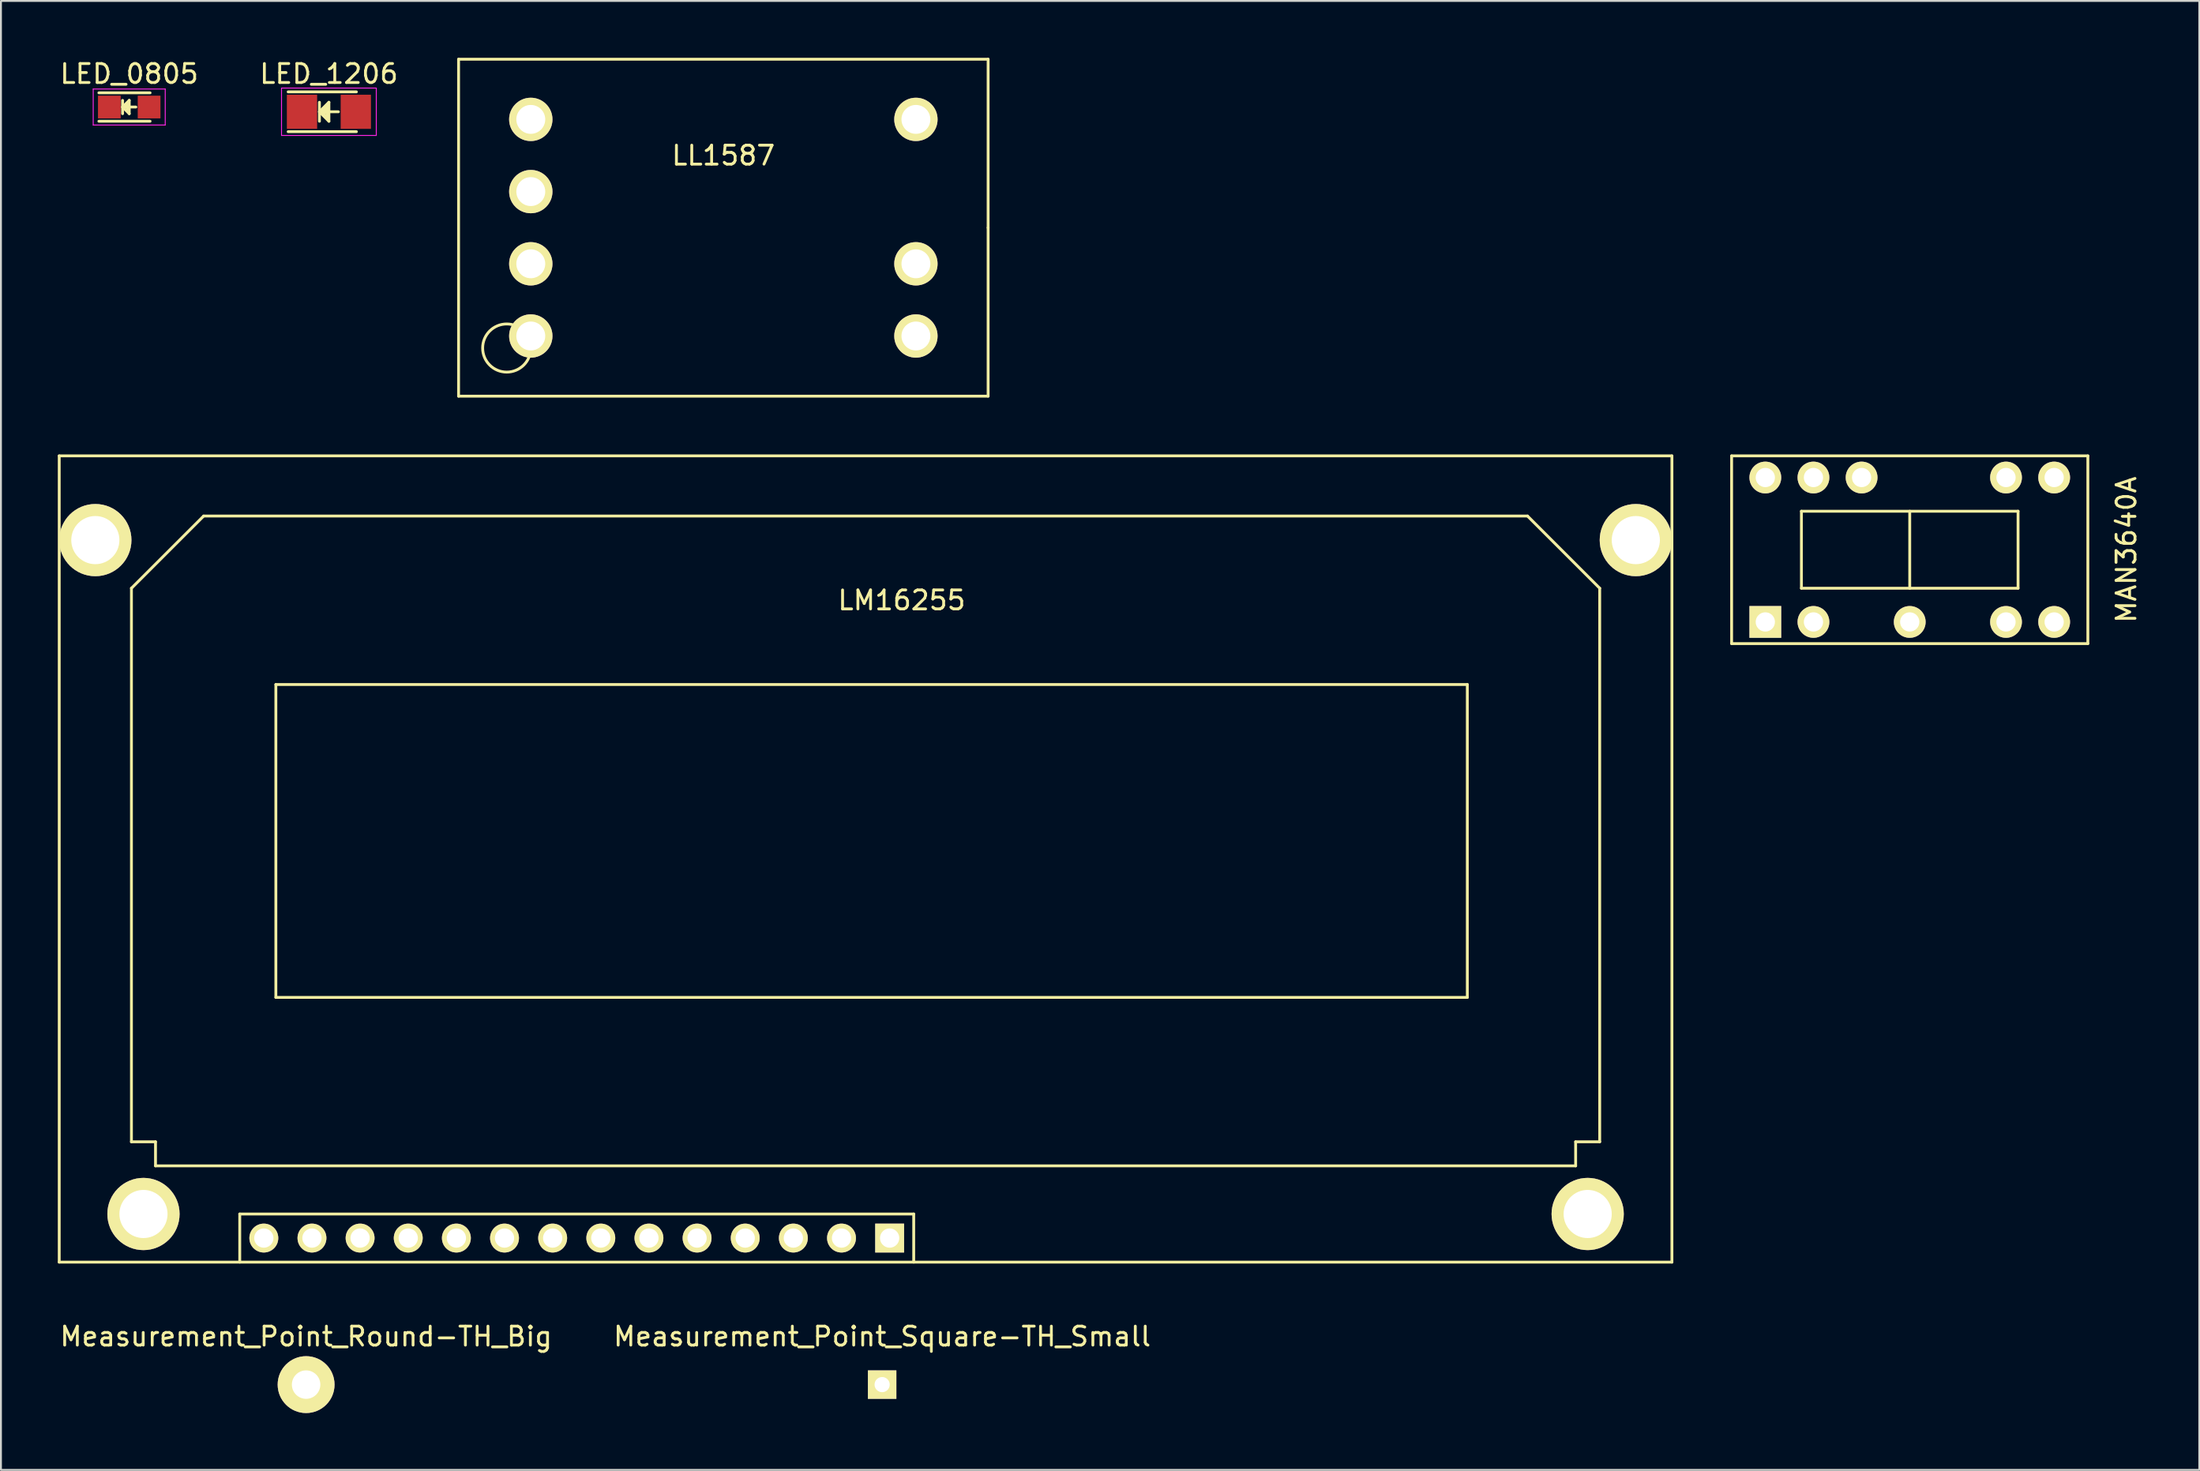
<source format=kicad_pcb>
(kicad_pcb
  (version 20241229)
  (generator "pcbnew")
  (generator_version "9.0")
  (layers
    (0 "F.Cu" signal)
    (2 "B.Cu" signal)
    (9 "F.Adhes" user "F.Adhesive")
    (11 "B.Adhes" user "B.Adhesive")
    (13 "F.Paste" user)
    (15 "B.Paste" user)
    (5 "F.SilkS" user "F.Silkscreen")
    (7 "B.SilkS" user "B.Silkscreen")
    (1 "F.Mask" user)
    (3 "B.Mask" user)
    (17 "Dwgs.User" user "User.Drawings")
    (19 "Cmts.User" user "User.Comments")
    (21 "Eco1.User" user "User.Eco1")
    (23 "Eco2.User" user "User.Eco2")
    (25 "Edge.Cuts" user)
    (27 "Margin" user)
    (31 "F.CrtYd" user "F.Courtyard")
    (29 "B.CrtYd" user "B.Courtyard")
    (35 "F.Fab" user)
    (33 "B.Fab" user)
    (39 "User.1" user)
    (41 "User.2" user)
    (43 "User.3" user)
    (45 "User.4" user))
  (footprint "LM16255"
    (layer "F.Cu")
    (at 27.38 62.28)
    (property "Reference" "LM16255" (at 17.145 -33.655 0) (layer "F.SilkS") (effects (font (size 1 1) (thickness 0.15))))
    (attr through_hole)
    (fp_line (start -27.305 -41.275) (end 57.785 -41.275) (stroke (width 0.15) (type solid)) (layer "F.SilkS"))
    (fp_line (start -27.305 1.27) (end -27.305 -41.275) (stroke (width 0.15) (type solid)) (layer "F.SilkS"))
    (fp_line (start -23.495 -34.29) (end -19.685 -38.1) (stroke (width 0.15) (type solid)) (layer "F.SilkS"))
    (fp_line (start -23.495 -5.08) (end -23.495 -34.29) (stroke (width 0.15) (type solid)) (layer "F.SilkS"))
    (fp_line (start -22.225 -5.08) (end -23.495 -5.08) (stroke (width 0.15) (type solid)) (layer "F.SilkS"))
    (fp_line (start -22.225 -3.81) (end -22.225 -5.08) (stroke (width 0.15) (type solid)) (layer "F.SilkS"))
    (fp_line (start -19.685 -38.1) (end 50.165 -38.1) (stroke (width 0.15) (type solid)) (layer "F.SilkS"))
    (fp_line (start -17.78 -1.27) (end 17.78 -1.27) (stroke (width 0.15) (type solid)) (layer "F.SilkS"))
    (fp_line (start -17.78 1.27) (end -17.78 -1.27) (stroke (width 0.15) (type solid)) (layer "F.SilkS"))
    (fp_line (start -15.875 -29.21) (end 46.99 -29.21) (stroke (width 0.15) (type solid)) (layer "F.SilkS"))
    (fp_line (start -15.875 -12.7) (end -15.875 -29.21) (stroke (width 0.15) (type solid)) (layer "F.SilkS"))
    (fp_line (start 17.78 -1.27) (end 17.78 1.27) (stroke (width 0.15) (type solid)) (layer "F.SilkS"))
    (fp_line (start 46.99 -29.21) (end 46.99 -12.7) (stroke (width 0.15) (type solid)) (layer "F.SilkS"))
    (fp_line (start 46.99 -12.7) (end -15.875 -12.7) (stroke (width 0.15) (type solid)) (layer "F.SilkS"))
    (fp_line (start 50.165 -38.1) (end 53.975 -34.29) (stroke (width 0.15) (type solid)) (layer "F.SilkS"))
    (fp_line (start 52.705 -5.08) (end 52.705 -3.81) (stroke (width 0.15) (type solid)) (layer "F.SilkS"))
    (fp_line (start 52.705 -3.81) (end -22.225 -3.81) (stroke (width 0.15) (type solid)) (layer "F.SilkS"))
    (fp_line (start 53.975 -34.29) (end 53.975 -5.08) (stroke (width 0.15) (type solid)) (layer "F.SilkS"))
    (fp_line (start 53.975 -5.08) (end 52.705 -5.08) (stroke (width 0.15) (type solid)) (layer "F.SilkS"))
    (fp_line (start 57.785 -41.275) (end 57.785 1.27) (stroke (width 0.15) (type solid)) (layer "F.SilkS"))
    (fp_line (start 57.785 1.27) (end -27.305 1.27) (stroke (width 0.15) (type solid)) (layer "F.SilkS"))
    (pad "1" thru_hole rect (at 16.51 0) (size 1.524 1.524) (drill 1.016) (layers "*.Cu" "*.Mask" "F.SilkS"))
    (pad "2" thru_hole circle (at 13.97 0) (size 1.524 1.524) (drill 1.016) (layers "*.Cu" "*.Mask" "F.SilkS"))
    (pad "3" thru_hole circle (at 11.43 0) (size 1.524 1.524) (drill 1.016) (layers "*.Cu" "*.Mask" "F.SilkS"))
    (pad "4" thru_hole circle (at 8.89 0) (size 1.524 1.524) (drill 1.016) (layers "*.Cu" "*.Mask" "F.SilkS"))
    (pad "5" thru_hole circle (at 6.35 0) (size 1.524 1.524) (drill 1.016) (layers "*.Cu" "*.Mask" "F.SilkS"))
    (pad "6" thru_hole circle (at 3.81 0) (size 1.524 1.524) (drill 1.016) (layers "*.Cu" "*.Mask" "F.SilkS"))
    (pad "7" thru_hole circle (at 1.27 0) (size 1.524 1.524) (drill 1.016) (layers "*.Cu" "*.Mask" "F.SilkS"))
    (pad "8" thru_hole circle (at -1.27 0) (size 1.524 1.524) (drill 1.016) (layers "*.Cu" "*.Mask" "F.SilkS"))
    (pad "9" thru_hole circle (at -3.81 0) (size 1.524 1.524) (drill 1.016) (layers "*.Cu" "*.Mask" "F.SilkS"))
    (pad "10" thru_hole circle (at -6.35 0) (size 1.524 1.524) (drill 1.016) (layers "*.Cu" "*.Mask" "F.SilkS"))
    (pad "11" thru_hole circle (at -8.89 0) (size 1.524 1.524) (drill 1.016) (layers "*.Cu" "*.Mask" "F.SilkS"))
    (pad "12" thru_hole circle (at -11.43 0) (size 1.524 1.524) (drill 1.016) (layers "*.Cu" "*.Mask" "F.SilkS"))
    (pad "13" thru_hole circle (at -13.97 0) (size 1.524 1.524) (drill 1.016) (layers "*.Cu" "*.Mask" "F.SilkS"))
    (pad "14" thru_hole circle (at -16.51 0) (size 1.524 1.524) (drill 1.016) (layers "*.Cu" "*.Mask" "F.SilkS"))
    (pad "HOLE" thru_hole circle (at -25.4 -36.83) (size 3.81 3.81) (drill 2.54) (layers "*.Cu" "*.Mask" "F.SilkS"))
    (pad "HOLE" thru_hole circle (at -22.86 -1.27) (size 3.81 3.81) (drill 2.54) (layers "*.Cu" "*.Mask" "F.SilkS"))
    (pad "HOLE" thru_hole circle (at 53.34 -1.27) (size 3.81 3.81) (drill 2.54) (layers "*.Cu" "*.Mask" "F.SilkS"))
    (pad "HOLE" thru_hole circle (at 55.88 -36.83) (size 3.81 3.81) (drill 2.54) (layers "*.Cu" "*.Mask" "F.SilkS")))
  (footprint "LL1587"
    (layer "F.Cu")
    (at 35.116 8.965)
    (property "Reference" "LL1587" (at 0 -3.81 0) (layer "F.SilkS") (effects (font (size 1 1) (thickness 0.15))))
    (attr through_hole)
    (fp_line (start -13.97 -8.89) (end -13.97 8.89) (stroke (width 0.15) (type solid)) (layer "F.SilkS"))
    (fp_line (start -13.97 8.89) (end 13.97 8.89) (stroke (width 0.15) (type solid)) (layer "F.SilkS"))
    (fp_line (start 13.97 -8.89) (end -13.97 -8.89) (stroke (width 0.15) (type solid)) (layer "F.SilkS"))
    (fp_line (start 13.97 0) (end 13.97 -8.89) (stroke (width 0.15) (type solid)) (layer "F.SilkS"))
    (fp_line (start 13.97 8.89) (end 13.97 0) (stroke (width 0.15) (type solid)) (layer "F.SilkS"))
    (fp_circle (center -11.43 6.35) (end -11.43 5.08) (stroke (width 0.15) (type solid)) (fill no) (layer "F.SilkS"))
    (pad "1" thru_hole circle (at -10.16 5.715) (size 2.286 2.286) (drill 1.524) (layers "*.Cu" "*.Mask" "F.SilkS"))
    (pad "2" thru_hole circle (at -10.16 1.905) (size 2.286 2.286) (drill 1.524) (layers "*.Cu" "*.Mask" "F.SilkS"))
    (pad "3" thru_hole circle (at -10.16 -1.905) (size 2.286 2.286) (drill 1.524) (layers "*.Cu" "*.Mask" "F.SilkS"))
    (pad "4" thru_hole circle (at -10.16 -5.715) (size 2.286 2.286) (drill 1.524) (layers "*.Cu" "*.Mask" "F.SilkS"))
    (pad "5" thru_hole circle (at 10.16 5.715) (size 2.286 2.286) (drill 1.524) (layers "*.Cu" "*.Mask" "F.SilkS"))
    (pad "6" thru_hole circle (at 10.16 1.905) (size 2.286 2.286) (drill 1.524) (layers "*.Cu" "*.Mask" "F.SilkS"))
    (pad "8" thru_hole circle (at 10.16 -5.715) (size 2.286 2.286) (drill 1.524) (layers "*.Cu" "*.Mask" "F.SilkS")))
  (footprint "Measurement_Point_Round-TH_Big"
    (layer "F.Cu")
    (at 13.101 70.013)
    (property "Reference" "Measurement_Point_Round-TH_Big" (at 0 -2.54 0) (layer "F.SilkS") (effects (font (size 1 1) (thickness 0.15))))
    (attr through_hole)
    (pad "1" thru_hole circle (at 0 0) (size 3 3) (drill 1.501) (layers "*.Cu" "*.Mask" "F.SilkS")))
  (footprint "LED_0805"
    (layer "F.Cu")
    (at 3.768 2.598)
    (property "Reference" "LED_0805" (at 0 -1.75 0) (layer "F.SilkS") (effects (font (size 1 1) (thickness 0.15))))
    (attr smd)
    (fp_line (start -1.6 -0.75) (end 1.1 -0.75) (stroke (width 0.15) (type solid)) (layer "F.SilkS"))
    (fp_line (start -1.6 0.75) (end 1.1 0.75) (stroke (width 0.15) (type solid)) (layer "F.SilkS"))
    (fp_line (start -0.35 -0.35) (end -0.35 0.35) (stroke (width 0.15) (type solid)) (layer "F.SilkS"))
    (fp_line (start -0.35 0) (end 0 -0.35) (stroke (width 0.15) (type solid)) (layer "F.SilkS"))
    (fp_line (start -0.1 -0.1) (end -0.25 0.05) (stroke (width 0.15) (type solid)) (layer "F.SilkS"))
    (fp_line (start -0.1 0.15) (end -0.1 -0.1) (stroke (width 0.15) (type solid)) (layer "F.SilkS"))
    (fp_line (start 0 -0.35) (end 0 0.35) (stroke (width 0.15) (type solid)) (layer "F.SilkS"))
    (fp_line (start 0 0) (end 0.35 0) (stroke (width 0.15) (type solid)) (layer "F.SilkS"))
    (fp_line (start 0 0.35) (end -0.35 0) (stroke (width 0.15) (type solid)) (layer "F.SilkS"))
    (fp_line (start -1.9 -0.95) (end 1.9 -0.95) (stroke (width 0.05) (type solid)) (layer "F.CrtYd"))
    (fp_line (start -1.9 0.95) (end -1.9 -0.95) (stroke (width 0.05) (type solid)) (layer "F.CrtYd"))
    (fp_line (start 1.9 -0.95) (end 1.9 0.95) (stroke (width 0.05) (type solid)) (layer "F.CrtYd"))
    (fp_line (start 1.9 0.95) (end -1.9 0.95) (stroke (width 0.05) (type solid)) (layer "F.CrtYd"))
    (pad "1" smd rect (at -1.049 0 180) (size 1.199 1.199) (layers "F.Cu" "F.Mask" "F.Paste"))
    (pad "2" smd rect (at 1.049 0 180) (size 1.199 1.199) (layers "F.Cu" "F.Mask" "F.Paste")))
  (footprint "MAN3640A"
    (layer "F.Cu")
    (at 97.713 25.958)
    (property "Reference" "MAN3640A" (at 11.43 0 90) (layer "F.SilkS") (effects (font (size 1 1) (thickness 0.15))))
    (attr through_hole)
    (fp_line (start -9.398 -4.953) (end -9.398 4.953) (stroke (width 0.15) (type solid)) (layer "F.SilkS"))
    (fp_line (start -9.398 4.953) (end 9.398 4.953) (stroke (width 0.15) (type solid)) (layer "F.SilkS"))
    (fp_line (start -5.715 -2.032) (end 5.715 -2.032) (stroke (width 0.15) (type solid)) (layer "F.SilkS"))
    (fp_line (start -5.715 2.032) (end -5.715 -2.032) (stroke (width 0.15) (type solid)) (layer "F.SilkS"))
    (fp_line (start 0 2.032) (end -5.715 2.032) (stroke (width 0.15) (type solid)) (layer "F.SilkS"))
    (fp_line (start 0 2.032) (end 0 -2.032) (stroke (width 0.15) (type solid)) (layer "F.SilkS"))
    (fp_line (start 5.715 -2.032) (end 5.715 2.032) (stroke (width 0.15) (type solid)) (layer "F.SilkS"))
    (fp_line (start 5.715 2.032) (end 0 2.032) (stroke (width 0.15) (type solid)) (layer "F.SilkS"))
    (fp_line (start 9.398 -4.953) (end -9.398 -4.953) (stroke (width 0.15) (type solid)) (layer "F.SilkS"))
    (fp_line (start 9.398 4.953) (end 9.398 -4.953) (stroke (width 0.15) (type solid)) (layer "F.SilkS"))
    (pad "1" thru_hole rect (at -7.62 3.81) (size 1.676 1.676) (drill 1.016) (layers "*.Cu" "*.Mask" "F.SilkS"))
    (pad "2" thru_hole circle (at -5.08 3.81) (size 1.676 1.676) (drill 1.016) (layers "*.Cu" "*.Mask" "F.SilkS"))
    (pad "4" thru_hole circle (at 0 3.81) (size 1.676 1.676) (drill 1.016) (layers "*.Cu" "*.Mask" "F.SilkS"))
    (pad "6" thru_hole circle (at 5.08 3.81) (size 1.676 1.676) (drill 1.016) (layers "*.Cu" "*.Mask" "F.SilkS"))
    (pad "7" thru_hole circle (at 7.62 3.81) (size 1.676 1.676) (drill 1.016) (layers "*.Cu" "*.Mask" "F.SilkS"))
    (pad "8" thru_hole circle (at 7.62 -3.81) (size 1.676 1.676) (drill 1.016) (layers "*.Cu" "*.Mask" "F.SilkS"))
    (pad "9" thru_hole circle (at 5.08 -3.81) (size 1.676 1.676) (drill 1.016) (layers "*.Cu" "*.Mask" "F.SilkS"))
    (pad "12" thru_hole circle (at -2.54 -3.81) (size 1.676 1.676) (drill 1.016) (layers "*.Cu" "*.Mask" "F.SilkS"))
    (pad "13" thru_hole circle (at -5.08 -3.81) (size 1.676 1.676) (drill 1.016) (layers "*.Cu" "*.Mask" "F.SilkS"))
    (pad "14" thru_hole circle (at -7.62 -3.81) (size 1.676 1.676) (drill 1.016) (layers "*.Cu" "*.Mask" "F.SilkS")))
  (footprint "LED_1206"
    (layer "F.Cu")
    (at 14.304 2.848)
    (property "Reference" "LED_1206" (at 0 -2 0) (layer "F.SilkS") (effects (font (size 1 1) (thickness 0.15))))
    (attr smd)
    (fp_line (start -2.15 -1.05) (end 1.45 -1.05) (stroke (width 0.15) (type solid)) (layer "F.SilkS"))
    (fp_line (start -2.15 1.05) (end 1.45 1.05) (stroke (width 0.15) (type solid)) (layer "F.SilkS"))
    (fp_line (start -0.5 -0.5) (end -0.5 0.5) (stroke (width 0.15) (type solid)) (layer "F.SilkS"))
    (fp_line (start -0.5 0) (end 0 -0.5) (stroke (width 0.15) (type solid)) (layer "F.SilkS"))
    (fp_line (start -0.4 0) (end -0.2 -0.2) (stroke (width 0.15) (type solid)) (layer "F.SilkS"))
    (fp_line (start -0.2 -0.2) (end -0.2 0.05) (stroke (width 0.15) (type solid)) (layer "F.SilkS"))
    (fp_line (start -0.2 0.05) (end -0.25 0) (stroke (width 0.15) (type solid)) (layer "F.SilkS"))
    (fp_line (start -0.1 -0.3) (end -0.1 0.3) (stroke (width 0.15) (type solid)) (layer "F.SilkS"))
    (fp_line (start -0.1 0.3) (end -0.4 0) (stroke (width 0.15) (type solid)) (layer "F.SilkS"))
    (fp_line (start 0 -0.5) (end 0 0.5) (stroke (width 0.15) (type solid)) (layer "F.SilkS"))
    (fp_line (start 0 0) (end 0.5 0) (stroke (width 0.15) (type solid)) (layer "F.SilkS"))
    (fp_line (start 0 0.5) (end -0.5 0) (stroke (width 0.15) (type solid)) (layer "F.SilkS"))
    (fp_line (start -2.5 -1.25) (end -2.5 1.25) (stroke (width 0.05) (type solid)) (layer "F.CrtYd"))
    (fp_line (start -2.5 1.25) (end 2.5 1.25) (stroke (width 0.05) (type solid)) (layer "F.CrtYd"))
    (fp_line (start 2.5 -1.25) (end -2.5 -1.25) (stroke (width 0.05) (type solid)) (layer "F.CrtYd"))
    (fp_line (start 2.5 1.25) (end 2.5 -1.25) (stroke (width 0.05) (type solid)) (layer "F.CrtYd"))
    (pad "1" smd rect (at -1.42 0 180) (size 1.598 1.801) (layers "F.Cu" "F.Mask" "F.Paste"))
    (pad "2" smd rect (at 1.42 0 180) (size 1.598 1.801) (layers "F.Cu" "F.Mask" "F.Paste")))
  (footprint "Measurement_Point_Square-TH_Small"
    (layer "F.Cu")
    (at 43.494 70.013)
    (property "Reference" "Measurement_Point_Square-TH_Small" (at 0 -2.54 0) (layer "F.SilkS") (effects (font (size 1 1) (thickness 0.15))))
    (attr through_hole)
    (pad "1" thru_hole rect (at 0 0) (size 1.501 1.501) (drill 0.8) (layers "*.Cu" "*.Mask" "F.SilkS")))
  (gr_rect
    (start -3 -3)
    (end 112.991 74.513)
    (stroke (width 0.1) (type default))
    (fill no)
    (layer "Edge.Cuts")))
</source>
